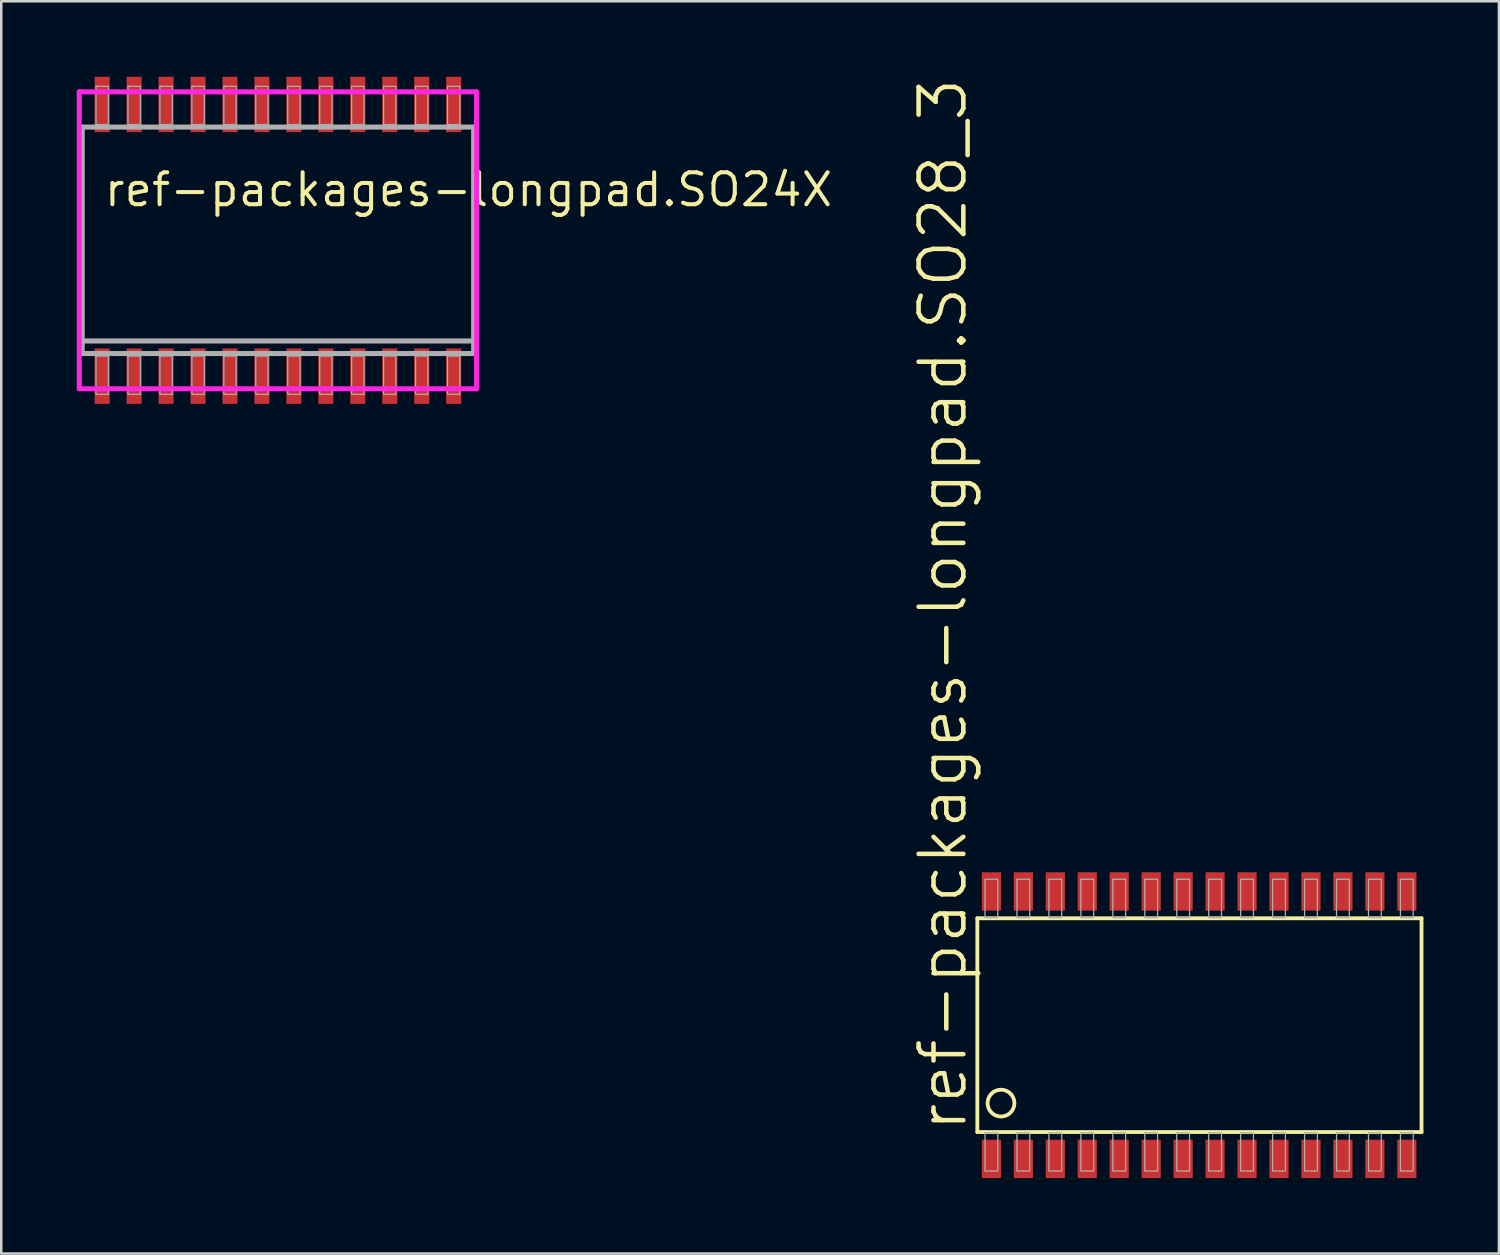
<source format=kicad_pcb>
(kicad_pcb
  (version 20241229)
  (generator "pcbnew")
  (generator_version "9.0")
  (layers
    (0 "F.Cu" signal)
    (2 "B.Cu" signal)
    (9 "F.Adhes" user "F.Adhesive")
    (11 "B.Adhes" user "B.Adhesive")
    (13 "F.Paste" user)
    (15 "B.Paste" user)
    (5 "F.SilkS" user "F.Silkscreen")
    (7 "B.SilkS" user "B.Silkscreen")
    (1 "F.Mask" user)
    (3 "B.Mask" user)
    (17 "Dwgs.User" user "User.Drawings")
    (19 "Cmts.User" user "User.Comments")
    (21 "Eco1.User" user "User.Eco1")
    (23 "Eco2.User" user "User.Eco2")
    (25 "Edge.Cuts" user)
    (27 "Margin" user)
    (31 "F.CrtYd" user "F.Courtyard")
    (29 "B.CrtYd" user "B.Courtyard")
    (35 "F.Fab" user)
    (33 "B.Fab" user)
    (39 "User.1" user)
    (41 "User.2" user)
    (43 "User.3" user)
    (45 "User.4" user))
  (footprint "ref-packages-longpad.SO28_3"
    (layer "F.Cu")
    (at 44.606 37.692)
    (property "Reference" "ref-packages-longpad.SO28_3" (at -9.144 4.318 90) (layer "F.SilkS") (effects (font (size 1.778 1.778) (thickness 0.18)) (justify left bottom)))
    (attr smd)
    (fp_line (start -8.814 -4.248) (end -8.814 4.248) (stroke (width 0.152) (type default)) (layer "F.SilkS"))
    (fp_line (start -8.814 4.248) (end 8.839 4.248) (stroke (width 0.152) (type default)) (layer "F.SilkS"))
    (fp_line (start 8.839 -4.248) (end -8.814 -4.248) (stroke (width 0.152) (type default)) (layer "F.SilkS"))
    (fp_line (start 8.839 4.248) (end 8.839 -4.248) (stroke (width 0.152) (type default)) (layer "F.SilkS"))
    (fp_circle (center -7.874 3.099) (end -7.341 3.099) (stroke (width 0.152) (type default)) (fill no) (layer "F.SilkS"))
    (fp_rect (start -8.509 -4.274) (end -8.001 -5.798) (stroke (width 0.05) (type default)) (fill no) (layer "F.Fab"))
    (fp_rect (start -8.509 5.798) (end -8.001 4.274) (stroke (width 0.05) (type default)) (fill no) (layer "F.Fab"))
    (fp_rect (start -7.239 -4.274) (end -6.731 -5.798) (stroke (width 0.05) (type default)) (fill no) (layer "F.Fab"))
    (fp_rect (start -7.239 5.798) (end -6.731 4.274) (stroke (width 0.05) (type default)) (fill no) (layer "F.Fab"))
    (fp_rect (start -5.969 -4.274) (end -5.461 -5.798) (stroke (width 0.05) (type default)) (fill no) (layer "F.Fab"))
    (fp_rect (start -5.969 5.798) (end -5.461 4.274) (stroke (width 0.05) (type default)) (fill no) (layer "F.Fab"))
    (fp_rect (start -4.699 -4.274) (end -4.191 -5.798) (stroke (width 0.05) (type default)) (fill no) (layer "F.Fab"))
    (fp_rect (start -4.699 5.798) (end -4.191 4.274) (stroke (width 0.05) (type default)) (fill no) (layer "F.Fab"))
    (fp_rect (start -3.429 -4.274) (end -2.921 -5.798) (stroke (width 0.05) (type default)) (fill no) (layer "F.Fab"))
    (fp_rect (start -3.429 5.798) (end -2.921 4.274) (stroke (width 0.05) (type default)) (fill no) (layer "F.Fab"))
    (fp_rect (start -2.159 -4.274) (end -1.651 -5.798) (stroke (width 0.05) (type default)) (fill no) (layer "F.Fab"))
    (fp_rect (start -2.159 5.798) (end -1.651 4.274) (stroke (width 0.05) (type default)) (fill no) (layer "F.Fab"))
    (fp_rect (start -0.889 -4.274) (end -0.381 -5.798) (stroke (width 0.05) (type default)) (fill no) (layer "F.Fab"))
    (fp_rect (start -0.889 5.798) (end -0.381 4.274) (stroke (width 0.05) (type default)) (fill no) (layer "F.Fab"))
    (fp_rect (start 0.381 -4.274) (end 0.889 -5.798) (stroke (width 0.05) (type default)) (fill no) (layer "F.Fab"))
    (fp_rect (start 0.381 5.798) (end 0.889 4.274) (stroke (width 0.05) (type default)) (fill no) (layer "F.Fab"))
    (fp_rect (start 1.651 -4.274) (end 2.159 -5.798) (stroke (width 0.05) (type default)) (fill no) (layer "F.Fab"))
    (fp_rect (start 1.651 5.798) (end 2.159 4.274) (stroke (width 0.05) (type default)) (fill no) (layer "F.Fab"))
    (fp_rect (start 2.921 -4.274) (end 3.429 -5.798) (stroke (width 0.05) (type default)) (fill no) (layer "F.Fab"))
    (fp_rect (start 2.921 5.798) (end 3.429 4.274) (stroke (width 0.05) (type default)) (fill no) (layer "F.Fab"))
    (fp_rect (start 4.191 -4.274) (end 4.699 -5.798) (stroke (width 0.05) (type default)) (fill no) (layer "F.Fab"))
    (fp_rect (start 4.191 5.798) (end 4.699 4.274) (stroke (width 0.05) (type default)) (fill no) (layer "F.Fab"))
    (fp_rect (start 5.461 -4.274) (end 5.969 -5.798) (stroke (width 0.05) (type default)) (fill no) (layer "F.Fab"))
    (fp_rect (start 5.461 5.798) (end 5.969 4.274) (stroke (width 0.05) (type default)) (fill no) (layer "F.Fab"))
    (fp_rect (start 6.731 -4.274) (end 7.239 -5.798) (stroke (width 0.05) (type default)) (fill no) (layer "F.Fab"))
    (fp_rect (start 6.731 5.798) (end 7.239 4.274) (stroke (width 0.05) (type default)) (fill no) (layer "F.Fab"))
    (fp_rect (start 8.001 -4.274) (end 8.509 -5.798) (stroke (width 0.05) (type default)) (fill no) (layer "F.Fab"))
    (fp_rect (start 8.001 5.798) (end 8.509 4.274) (stroke (width 0.05) (type default)) (fill no) (layer "F.Fab"))
    (pad "1" smd roundrect (at -8.255 5.315) (size 0.762 1.524) (layers "F.Cu" "F.Mask" "F.Paste") (roundrect_rratio 0.01))
    (pad "2" smd roundrect (at -6.985 5.315) (size 0.762 1.524) (layers "F.Cu" "F.Mask" "F.Paste") (roundrect_rratio 0.01))
    (pad "3" smd roundrect (at -5.715 5.315) (size 0.762 1.524) (layers "F.Cu" "F.Mask" "F.Paste") (roundrect_rratio 0.01))
    (pad "4" smd roundrect (at -4.445 5.315) (size 0.762 1.524) (layers "F.Cu" "F.Mask" "F.Paste") (roundrect_rratio 0.01))
    (pad "5" smd roundrect (at -3.175 5.315) (size 0.762 1.524) (layers "F.Cu" "F.Mask" "F.Paste") (roundrect_rratio 0.01))
    (pad "6" smd roundrect (at -1.905 5.315) (size 0.762 1.524) (layers "F.Cu" "F.Mask" "F.Paste") (roundrect_rratio 0.01))
    (pad "7" smd roundrect (at -0.635 5.315) (size 0.762 1.524) (layers "F.Cu" "F.Mask" "F.Paste") (roundrect_rratio 0.01))
    (pad "8" smd roundrect (at 0.635 5.315) (size 0.762 1.524) (layers "F.Cu" "F.Mask" "F.Paste") (roundrect_rratio 0.01))
    (pad "9" smd roundrect (at 1.905 5.315) (size 0.762 1.524) (layers "F.Cu" "F.Mask" "F.Paste") (roundrect_rratio 0.01))
    (pad "10" smd roundrect (at 3.175 5.315) (size 0.762 1.524) (layers "F.Cu" "F.Mask" "F.Paste") (roundrect_rratio 0.01))
    (pad "11" smd roundrect (at 4.445 5.315) (size 0.762 1.524) (layers "F.Cu" "F.Mask" "F.Paste") (roundrect_rratio 0.01))
    (pad "12" smd roundrect (at 5.715 5.315) (size 0.762 1.524) (layers "F.Cu" "F.Mask" "F.Paste") (roundrect_rratio 0.01))
    (pad "13" smd roundrect (at 6.985 5.315) (size 0.762 1.524) (layers "F.Cu" "F.Mask" "F.Paste") (roundrect_rratio 0.01))
    (pad "14" smd roundrect (at 8.255 5.315) (size 0.762 1.524) (layers "F.Cu" "F.Mask" "F.Paste") (roundrect_rratio 0.01))
    (pad "15" smd roundrect (at 8.255 -5.315) (size 0.762 1.524) (layers "F.Cu" "F.Mask" "F.Paste") (roundrect_rratio 0.01))
    (pad "16" smd roundrect (at 6.985 -5.315) (size 0.762 1.524) (layers "F.Cu" "F.Mask" "F.Paste") (roundrect_rratio 0.01))
    (pad "17" smd roundrect (at 5.715 -5.315) (size 0.762 1.524) (layers "F.Cu" "F.Mask" "F.Paste") (roundrect_rratio 0.01))
    (pad "18" smd roundrect (at 4.445 -5.315) (size 0.762 1.524) (layers "F.Cu" "F.Mask" "F.Paste") (roundrect_rratio 0.01))
    (pad "19" smd roundrect (at 3.175 -5.315) (size 0.762 1.524) (layers "F.Cu" "F.Mask" "F.Paste") (roundrect_rratio 0.01))
    (pad "20" smd roundrect (at 1.905 -5.315) (size 0.762 1.524) (layers "F.Cu" "F.Mask" "F.Paste") (roundrect_rratio 0.01))
    (pad "21" smd roundrect (at 0.635 -5.315) (size 0.762 1.524) (layers "F.Cu" "F.Mask" "F.Paste") (roundrect_rratio 0.01))
    (pad "22" smd roundrect (at -0.635 -5.315) (size 0.762 1.524) (layers "F.Cu" "F.Mask" "F.Paste") (roundrect_rratio 0.01))
    (pad "23" smd roundrect (at -1.905 -5.315) (size 0.762 1.524) (layers "F.Cu" "F.Mask" "F.Paste") (roundrect_rratio 0.01))
    (pad "24" smd roundrect (at -3.175 -5.315) (size 0.762 1.524) (layers "F.Cu" "F.Mask" "F.Paste") (roundrect_rratio 0.01))
    (pad "25" smd roundrect (at -4.445 -5.315) (size 0.762 1.524) (layers "F.Cu" "F.Mask" "F.Paste") (roundrect_rratio 0.01))
    (pad "26" smd roundrect (at -5.715 -5.315) (size 0.762 1.524) (layers "F.Cu" "F.Mask" "F.Paste") (roundrect_rratio 0.01))
    (pad "27" smd roundrect (at -6.985 -5.315) (size 0.762 1.524) (layers "F.Cu" "F.Mask" "F.Paste") (roundrect_rratio 0.01))
    (pad "28" smd roundrect (at -8.255 -5.315) (size 0.762 1.524) (layers "F.Cu" "F.Mask" "F.Paste") (roundrect_rratio 0.01)))
  (footprint "ref-packages-longpad.SO24X"
    (layer "F.Cu")
    (at 7.995 6.5)
    (property "Reference" "ref-packages-longpad.SO24X" (at -6.985 -1.27 0) (layer "F.SilkS") (effects (font (size 1.27 1.27) (thickness 0.16)) (justify left bottom)))
    (attr smd)
    (fp_line (start -7.895 -5.9) (end 7.895 -5.9) (stroke (width 0.2) (type default)) (layer "F.CrtYd"))
    (fp_line (start -7.895 5.9) (end -7.895 -5.9) (stroke (width 0.2) (type default)) (layer "F.CrtYd"))
    (fp_line (start 7.895 -5.9) (end 7.895 5.9) (stroke (width 0.2) (type default)) (layer "F.CrtYd"))
    (fp_line (start 7.895 5.9) (end -7.895 5.9) (stroke (width 0.2) (type default)) (layer "F.CrtYd"))
    (fp_line (start -7.78 -4.5) (end 7.78 -4.5) (stroke (width 0.203) (type default)) (layer "F.Fab"))
    (fp_line (start -7.78 4) (end -7.78 -4.5) (stroke (width 0.203) (type default)) (layer "F.Fab"))
    (fp_line (start -7.78 4.5) (end -7.78 4) (stroke (width 0.203) (type default)) (layer "F.Fab"))
    (fp_line (start 7.78 -4.5) (end 7.78 4) (stroke (width 0.203) (type default)) (layer "F.Fab"))
    (fp_line (start 7.78 4) (end -7.78 4) (stroke (width 0.203) (type default)) (layer "F.Fab"))
    (fp_line (start 7.78 4) (end 7.78 4.5) (stroke (width 0.203) (type default)) (layer "F.Fab"))
    (fp_line (start 7.78 4.5) (end -7.78 4.5) (stroke (width 0.203) (type default)) (layer "F.Fab"))
    (fp_rect (start -7.23 -4.6) (end -6.74 -6.12) (stroke (width 0.05) (type default)) (fill no) (layer "F.Fab"))
    (fp_rect (start -7.23 6.12) (end -6.74 4.6) (stroke (width 0.05) (type default)) (fill no) (layer "F.Fab"))
    (fp_rect (start -5.96 -4.6) (end -5.47 -6.12) (stroke (width 0.05) (type default)) (fill no) (layer "F.Fab"))
    (fp_rect (start -5.96 6.12) (end -5.47 4.6) (stroke (width 0.05) (type default)) (fill no) (layer "F.Fab"))
    (fp_rect (start -4.69 -4.6) (end -4.2 -6.12) (stroke (width 0.05) (type default)) (fill no) (layer "F.Fab"))
    (fp_rect (start -4.69 6.12) (end -4.2 4.6) (stroke (width 0.05) (type default)) (fill no) (layer "F.Fab"))
    (fp_rect (start -3.42 -4.6) (end -2.93 -6.12) (stroke (width 0.05) (type default)) (fill no) (layer "F.Fab"))
    (fp_rect (start -3.42 6.12) (end -2.93 4.6) (stroke (width 0.05) (type default)) (fill no) (layer "F.Fab"))
    (fp_rect (start -2.15 -4.6) (end -1.66 -6.12) (stroke (width 0.05) (type default)) (fill no) (layer "F.Fab"))
    (fp_rect (start -2.15 6.12) (end -1.66 4.6) (stroke (width 0.05) (type default)) (fill no) (layer "F.Fab"))
    (fp_rect (start -0.88 -4.6) (end -0.39 -6.12) (stroke (width 0.05) (type default)) (fill no) (layer "F.Fab"))
    (fp_rect (start -0.88 6.12) (end -0.39 4.6) (stroke (width 0.05) (type default)) (fill no) (layer "F.Fab"))
    (fp_rect (start 0.39 -4.6) (end 0.88 -6.12) (stroke (width 0.05) (type default)) (fill no) (layer "F.Fab"))
    (fp_rect (start 0.39 6.12) (end 0.88 4.6) (stroke (width 0.05) (type default)) (fill no) (layer "F.Fab"))
    (fp_rect (start 1.66 -4.6) (end 2.15 -6.12) (stroke (width 0.05) (type default)) (fill no) (layer "F.Fab"))
    (fp_rect (start 1.66 6.12) (end 2.15 4.6) (stroke (width 0.05) (type default)) (fill no) (layer "F.Fab"))
    (fp_rect (start 2.93 -4.6) (end 3.42 -6.12) (stroke (width 0.05) (type default)) (fill no) (layer "F.Fab"))
    (fp_rect (start 2.93 6.12) (end 3.42 4.6) (stroke (width 0.05) (type default)) (fill no) (layer "F.Fab"))
    (fp_rect (start 4.2 -4.6) (end 4.69 -6.12) (stroke (width 0.05) (type default)) (fill no) (layer "F.Fab"))
    (fp_rect (start 4.2 6.12) (end 4.69 4.6) (stroke (width 0.05) (type default)) (fill no) (layer "F.Fab"))
    (fp_rect (start 5.47 -4.6) (end 5.96 -6.12) (stroke (width 0.05) (type default)) (fill no) (layer "F.Fab"))
    (fp_rect (start 5.47 6.12) (end 5.96 4.6) (stroke (width 0.05) (type default)) (fill no) (layer "F.Fab"))
    (fp_rect (start 6.74 -4.6) (end 7.23 -6.12) (stroke (width 0.05) (type default)) (fill no) (layer "F.Fab"))
    (fp_rect (start 6.74 6.12) (end 7.23 4.6) (stroke (width 0.05) (type default)) (fill no) (layer "F.Fab"))
    (pad "1" smd roundrect (at -6.985 5.4) (size 0.6 2.2) (layers "F.Cu" "F.Mask" "F.Paste") (roundrect_rratio 0.01))
    (pad "2" smd roundrect (at -5.715 5.4) (size 0.6 2.2) (layers "F.Cu" "F.Mask" "F.Paste") (roundrect_rratio 0.01))
    (pad "3" smd roundrect (at -4.445 5.4) (size 0.6 2.2) (layers "F.Cu" "F.Mask" "F.Paste") (roundrect_rratio 0.01))
    (pad "4" smd roundrect (at -3.175 5.4) (size 0.6 2.2) (layers "F.Cu" "F.Mask" "F.Paste") (roundrect_rratio 0.01))
    (pad "5" smd roundrect (at -1.905 5.4) (size 0.6 2.2) (layers "F.Cu" "F.Mask" "F.Paste") (roundrect_rratio 0.01))
    (pad "6" smd roundrect (at -0.635 5.4) (size 0.6 2.2) (layers "F.Cu" "F.Mask" "F.Paste") (roundrect_rratio 0.01))
    (pad "7" smd roundrect (at 0.635 5.4) (size 0.6 2.2) (layers "F.Cu" "F.Mask" "F.Paste") (roundrect_rratio 0.01))
    (pad "8" smd roundrect (at 1.905 5.4) (size 0.6 2.2) (layers "F.Cu" "F.Mask" "F.Paste") (roundrect_rratio 0.01))
    (pad "9" smd roundrect (at 3.175 5.4) (size 0.6 2.2) (layers "F.Cu" "F.Mask" "F.Paste") (roundrect_rratio 0.01))
    (pad "10" smd roundrect (at 4.445 5.4) (size 0.6 2.2) (layers "F.Cu" "F.Mask" "F.Paste") (roundrect_rratio 0.01))
    (pad "11" smd roundrect (at 5.715 5.4) (size 0.6 2.2) (layers "F.Cu" "F.Mask" "F.Paste") (roundrect_rratio 0.01))
    (pad "12" smd roundrect (at 6.985 5.4) (size 0.6 2.2) (layers "F.Cu" "F.Mask" "F.Paste") (roundrect_rratio 0.01))
    (pad "13" smd roundrect (at 6.985 -5.4) (size 0.6 2.2) (layers "F.Cu" "F.Mask" "F.Paste") (roundrect_rratio 0.01))
    (pad "14" smd roundrect (at 5.715 -5.4) (size 0.6 2.2) (layers "F.Cu" "F.Mask" "F.Paste") (roundrect_rratio 0.01))
    (pad "15" smd roundrect (at 4.445 -5.4) (size 0.6 2.2) (layers "F.Cu" "F.Mask" "F.Paste") (roundrect_rratio 0.01))
    (pad "16" smd roundrect (at 3.175 -5.4) (size 0.6 2.2) (layers "F.Cu" "F.Mask" "F.Paste") (roundrect_rratio 0.01))
    (pad "17" smd roundrect (at 1.905 -5.4) (size 0.6 2.2) (layers "F.Cu" "F.Mask" "F.Paste") (roundrect_rratio 0.01))
    (pad "18" smd roundrect (at 0.635 -5.4) (size 0.6 2.2) (layers "F.Cu" "F.Mask" "F.Paste") (roundrect_rratio 0.01))
    (pad "19" smd roundrect (at -0.635 -5.4) (size 0.6 2.2) (layers "F.Cu" "F.Mask" "F.Paste") (roundrect_rratio 0.01))
    (pad "20" smd roundrect (at -1.905 -5.4) (size 0.6 2.2) (layers "F.Cu" "F.Mask" "F.Paste") (roundrect_rratio 0.01))
    (pad "21" smd roundrect (at -3.175 -5.4) (size 0.6 2.2) (layers "F.Cu" "F.Mask" "F.Paste") (roundrect_rratio 0.01))
    (pad "22" smd roundrect (at -4.445 -5.4) (size 0.6 2.2) (layers "F.Cu" "F.Mask" "F.Paste") (roundrect_rratio 0.01))
    (pad "23" smd roundrect (at -5.715 -5.4) (size 0.6 2.2) (layers "F.Cu" "F.Mask" "F.Paste") (roundrect_rratio 0.01))
    (pad "24" smd roundrect (at -6.985 -5.4) (size 0.6 2.2) (layers "F.Cu" "F.Mask" "F.Paste") (roundrect_rratio 0.01)))
  (gr_rect
    (start -3 -3)
    (end 56.521 46.769)
    (stroke (width 0.1) (type default))
    (fill no)
    (layer "Edge.Cuts")))
</source>
